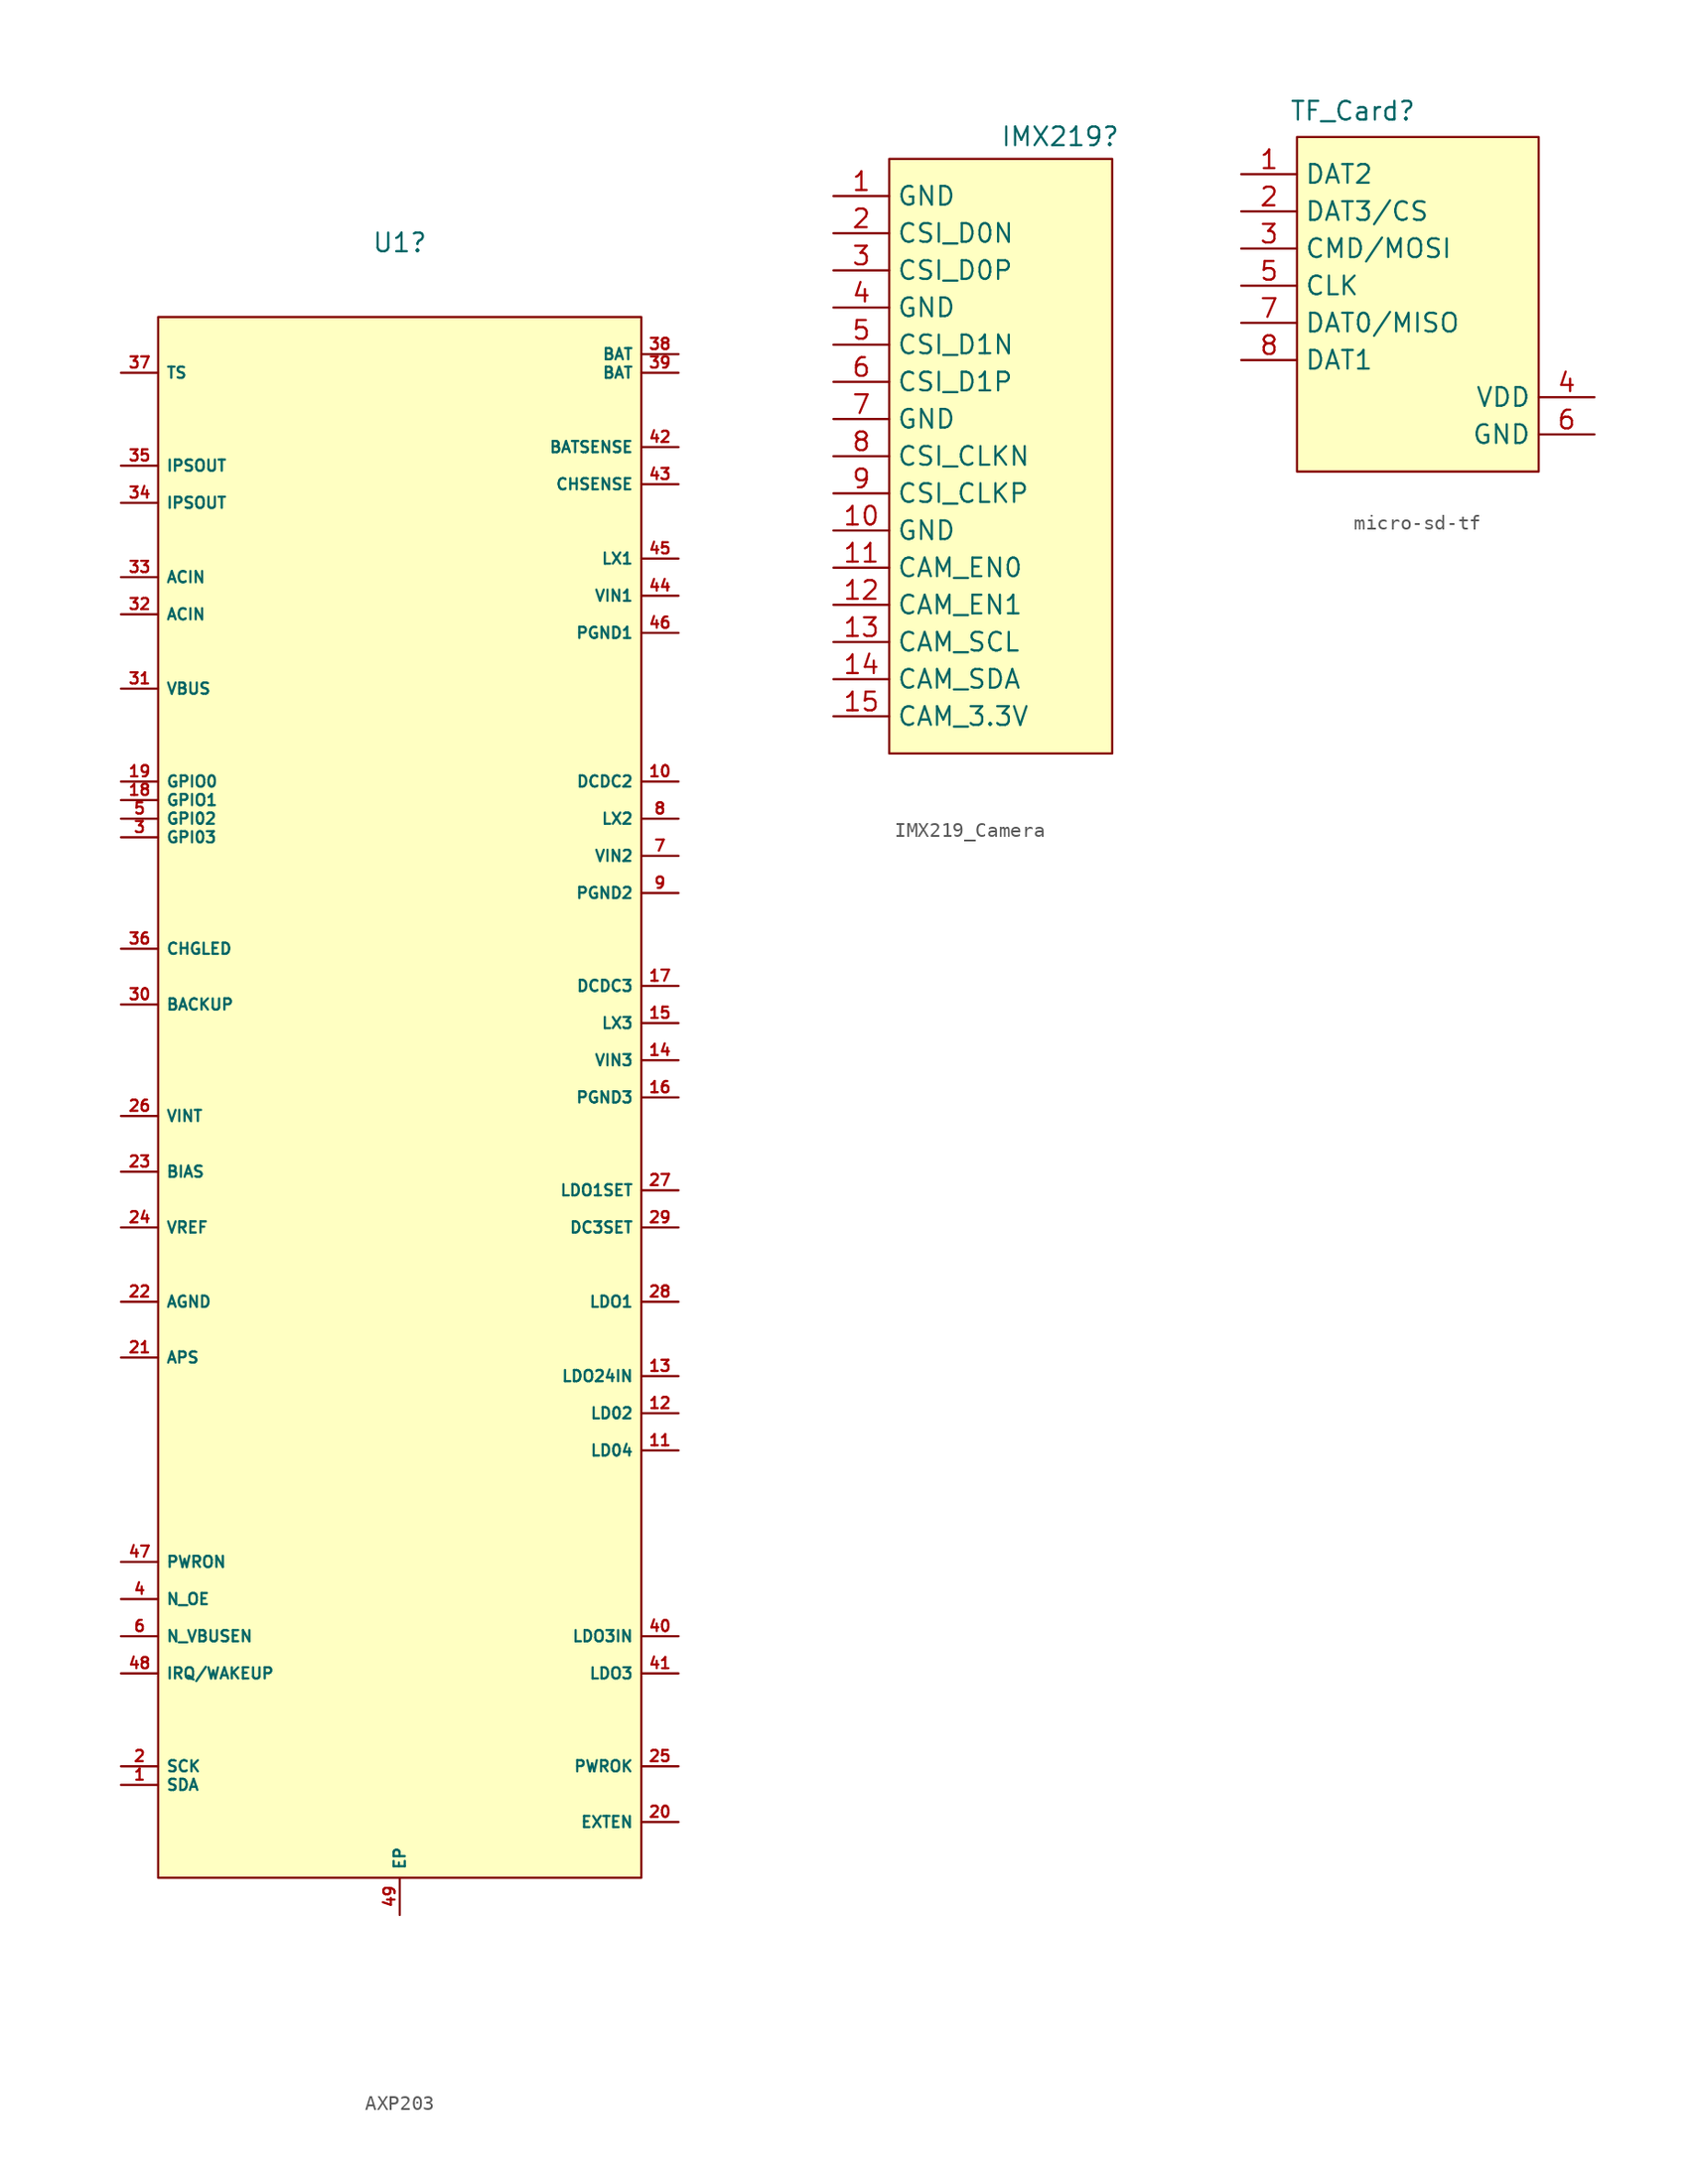
<source format=kicad_sym>
(kicad_symbol_lib
  (version 20241209)
  (generator "kicad_symbol_editor")
  (generator_version "9.0")
  (symbol "AXP203"
    (property "Reference" "U1"
      (at 0 58.42 0)
      (effects (font (size 1.27 1.27))))
    (symbol "AXP203_0_1"
      (rectangle (start -16.51 53.34) (end 16.51 -53.34) (stroke (width 0) (type default)) (fill (type color) (color 255 255 194 1))))
    (symbol "AXP203_1_1"
      (pin input line (at -19.05 49.53 0) (length 2.54) (name "TS" (effects (font (size 0.762 0.762)))) (number "37" (effects (font (size 0.762 0.762)))))
      (pin bidirectional line (at -19.05 43.18 0) (length 2.54) (name "IPSOUT" (effects (font (size 0.762 0.762)))) (number "35" (effects (font (size 0.762 0.762)))))
      (pin bidirectional line (at -19.05 40.64 0) (length 2.54) (name "IPSOUT" (effects (font (size 0.762 0.762)))) (number "34" (effects (font (size 0.762 0.762)))))
      (pin power_in line (at -19.05 35.56 0) (length 2.54) (name "ACIN" (effects (font (size 0.762 0.762)))) (number "33" (effects (font (size 0.762 0.762)))))
      (pin power_in line (at -19.05 33.02 0) (length 2.54) (name "ACIN" (effects (font (size 0.762 0.762)))) (number "32" (effects (font (size 0.762 0.762)))))
      (pin power_in line (at -19.05 27.94 0) (length 2.54) (name "VBUS" (effects (font (size 0.762 0.762)))) (number "31" (effects (font (size 0.762 0.762)))))
      (pin bidirectional line (at -19.05 21.59 0) (length 2.54) (name "GPIO0" (effects (font (size 0.762 0.762)))) (number "19" (effects (font (size 0.762 0.762)))))
      (pin bidirectional line (at -19.05 20.32 0) (length 2.54) (name "GPIO1" (effects (font (size 0.762 0.762)))) (number "18" (effects (font (size 0.762 0.762)))))
      (pin bidirectional line (at -19.05 19.05 0) (length 2.54) (name "GPI02" (effects (font (size 0.762 0.762)))) (number "5" (effects (font (size 0.762 0.762)))))
      (pin bidirectional line (at -19.05 17.78 0) (length 2.54) (name "GPI03" (effects (font (size 0.762 0.762)))) (number "3" (effects (font (size 0.762 0.762)))))
      (pin output line (at -19.05 10.16 0) (length 2.54) (name "CHGLED" (effects (font (size 0.762 0.762)))) (number "36" (effects (font (size 0.762 0.762)))))
      (pin bidirectional line (at -19.05 6.35 0) (length 2.54) (name "BACKUP" (effects (font (size 0.762 0.762)))) (number "30" (effects (font (size 0.762 0.762)))))
      (pin output line (at -19.05 -1.27 0) (length 2.54) (name "VINT" (effects (font (size 0.762 0.762)))) (number "26" (effects (font (size 0.762 0.762)))))
      (pin bidirectional line (at -19.05 -5.08 0) (length 2.54) (name "BIAS" (effects (font (size 0.762 0.762)))) (number "23" (effects (font (size 0.762 0.762)))))
      (pin output line (at -19.05 -8.89 0) (length 2.54) (name "VREF" (effects (font (size 0.762 0.762)))) (number "24" (effects (font (size 0.762 0.762)))))
      (pin input line (at -19.05 -13.97 0) (length 2.54) (name "AGND" (effects (font (size 0.762 0.762)))) (number "22" (effects (font (size 0.762 0.762)))))
      (pin power_in line (at -19.05 -17.78 0) (length 2.54) (name "APS" (effects (font (size 0.762 0.762)))) (number "21" (effects (font (size 0.762 0.762)))))
      (pin input line (at -19.05 -31.75 0) (length 2.54) (name "PWRON" (effects (font (size 0.762 0.762)))) (number "47" (effects (font (size 0.762 0.762)))))
      (pin input line (at -19.05 -34.29 0) (length 2.54) (name "N_OE" (effects (font (size 0.762 0.762)))) (number "4" (effects (font (size 0.762 0.762)))))
      (pin input line (at -19.05 -36.83 0) (length 2.54) (name "N_VBUSEN" (effects (font (size 0.762 0.762)))) (number "6" (effects (font (size 0.762 0.762)))))
      (pin bidirectional line (at -19.05 -39.37 0) (length 2.54) (name "IRQ/WAKEUP" (effects (font (size 0.762 0.762)))) (number "48" (effects (font (size 0.762 0.762)))))
      (pin input line (at -19.05 -45.72 0) (length 2.54) (name "SCK" (effects (font (size 0.762 0.762)))) (number "2" (effects (font (size 0.762 0.762)))))
      (pin bidirectional line (at -19.05 -46.99 0) (length 2.54) (name "SDA" (effects (font (size 0.762 0.762)))) (number "1" (effects (font (size 0.762 0.762)))))
      (pin input line (at 0 -55.88 90) (length 2.54) (name "EP" (effects (font (size 0.762 0.762)))) (number "49" (effects (font (size 0.762 0.762)))))
      (pin power_out line (at 19.05 50.8 180) (length 2.54) (name "BAT" (effects (font (size 0.762 0.762)))) (number "38" (effects (font (size 0.762 0.762)))))
      (pin power_out line (at 19.05 49.53 180) (length 2.54) (name "BAT" (effects (font (size 0.762 0.762)))) (number "39" (effects (font (size 0.762 0.762)))))
      (pin input line (at 19.05 44.45 180) (length 2.54) (name "BATSENSE" (effects (font (size 0.762 0.762)))) (number "42" (effects (font (size 0.762 0.762)))))
      (pin input line (at 19.05 41.91 180) (length 2.54) (name "CHSENSE" (effects (font (size 0.762 0.762)))) (number "43" (effects (font (size 0.762 0.762)))))
      (pin bidirectional line (at 19.05 36.83 180) (length 2.54) (name "LX1" (effects (font (size 0.762 0.762)))) (number "45" (effects (font (size 0.762 0.762)))))
      (pin power_in line (at 19.05 34.29 180) (length 2.54) (name "VIN1" (effects (font (size 0.762 0.762)))) (number "44" (effects (font (size 0.762 0.762)))))
      (pin power_in line (at 19.05 31.75 180) (length 2.54) (name "PGND1" (effects (font (size 0.762 0.762)))) (number "46" (effects (font (size 0.762 0.762)))))
      (pin input line (at 19.05 21.59 180) (length 2.54) (name "DCDC2" (effects (font (size 0.762 0.762)))) (number "10" (effects (font (size 0.762 0.762)))))
      (pin bidirectional line (at 19.05 19.05 180) (length 2.54) (name "LX2" (effects (font (size 0.762 0.762)))) (number "8" (effects (font (size 0.762 0.762)))))
      (pin power_in line (at 19.05 16.51 180) (length 2.54) (name "VIN2" (effects (font (size 0.762 0.762)))) (number "7" (effects (font (size 0.762 0.762)))))
      (pin power_in line (at 19.05 13.97 180) (length 2.54) (name "PGND2" (effects (font (size 0.762 0.762)))) (number "9" (effects (font (size 0.762 0.762)))))
      (pin input line (at 19.05 7.62 180) (length 2.54) (name "DCDC3" (effects (font (size 0.762 0.762)))) (number "17" (effects (font (size 0.762 0.762)))))
      (pin bidirectional line (at 19.05 5.08 180) (length 2.54) (name "LX3" (effects (font (size 0.762 0.762)))) (number "15" (effects (font (size 0.762 0.762)))))
      (pin power_in line (at 19.05 2.54 180) (length 2.54) (name "VIN3" (effects (font (size 0.762 0.762)))) (number "14" (effects (font (size 0.762 0.762)))))
      (pin power_in line (at 19.05 0 180) (length 2.54) (name "PGND3" (effects (font (size 0.762 0.762)))) (number "16" (effects (font (size 0.762 0.762)))))
      (pin input line (at 19.05 -6.35 180) (length 2.54) (name "LDO1SET" (effects (font (size 0.762 0.762)))) (number "27" (effects (font (size 0.762 0.762)))))
      (pin input line (at 19.05 -8.89 180) (length 2.54) (name "DC3SET" (effects (font (size 0.762 0.762)))) (number "29" (effects (font (size 0.762 0.762)))))
      (pin output line (at 19.05 -13.97 180) (length 2.54) (name "LDO1" (effects (font (size 0.762 0.762)))) (number "28" (effects (font (size 0.762 0.762)))))
      (pin power_in line (at 19.05 -19.05 180) (length 2.54) (name "LDO24IN" (effects (font (size 0.762 0.762)))) (number "13" (effects (font (size 0.762 0.762)))))
      (pin power_out line (at 19.05 -21.59 180) (length 2.54) (name "LD02" (effects (font (size 0.762 0.762)))) (number "12" (effects (font (size 0.762 0.762)))))
      (pin power_out line (at 19.05 -24.13 180) (length 2.54) (name "LD04" (effects (font (size 0.762 0.762)))) (number "11" (effects (font (size 0.762 0.762)))))
      (pin power_in line (at 19.05 -36.83 180) (length 2.54) (name "LDO3IN" (effects (font (size 0.762 0.762)))) (number "40" (effects (font (size 0.762 0.762)))))
      (pin power_out line (at 19.05 -39.37 180) (length 2.54) (name "LDO3" (effects (font (size 0.762 0.762)))) (number "41" (effects (font (size 0.762 0.762)))))
      (pin output line (at 19.05 -45.72 180) (length 2.54) (name "PWROK" (effects (font (size 0.762 0.762)))) (number "25" (effects (font (size 0.762 0.762)))))
      (pin output line (at 19.05 -49.53 180) (length 2.54) (name "EXTEN" (effects (font (size 0.762 0.762)))) (number "20" (effects (font (size 0.762 0.762)))))))
  (symbol "IMX219_Camera"
    (property "Reference" "IMX219"
      (at 6.604 21.844 0)
      (effects (font (size 1.27 1.27))))
    (property "Value" ""
      (at 0 0 0)
      (effects (font (size 1.27 1.27))))
    (symbol "IMX219_Camera_1_1"
      (rectangle (start -5.08 20.32) (end 10.16 -20.32) (stroke (width 0) (type solid)) (fill (type background)))
      (pin power_in line (at -8.89 17.78 0) (length 3.81) (name "GND" (effects (font (size 1.27 1.27)))) (number "1" (effects (font (size 1.27 1.27)))))
      (pin bidirectional line (at -8.89 15.24 0) (length 3.81) (name "CSI_D0N" (effects (font (size 1.27 1.27)))) (number "2" (effects (font (size 1.27 1.27)))))
      (pin bidirectional line (at -8.89 12.7 0) (length 3.81) (name "CSI_D0P" (effects (font (size 1.27 1.27)))) (number "3" (effects (font (size 1.27 1.27)))))
      (pin power_in line (at -8.89 10.16 0) (length 3.81) (name "GND" (effects (font (size 1.27 1.27)))) (number "4" (effects (font (size 1.27 1.27)))))
      (pin bidirectional line (at -8.89 7.62 0) (length 3.81) (name "CSI_D1N" (effects (font (size 1.27 1.27)))) (number "5" (effects (font (size 1.27 1.27)))))
      (pin bidirectional line (at -8.89 5.08 0) (length 3.81) (name "CSI_D1P" (effects (font (size 1.27 1.27)))) (number "6" (effects (font (size 1.27 1.27)))))
      (pin power_in line (at -8.89 2.54 0) (length 3.81) (name "GND" (effects (font (size 1.27 1.27)))) (number "7" (effects (font (size 1.27 1.27)))))
      (pin bidirectional line (at -8.89 0 0) (length 3.81) (name "CSI_CLKN" (effects (font (size 1.27 1.27)))) (number "8" (effects (font (size 1.27 1.27)))))
      (pin bidirectional line (at -8.89 -2.54 0) (length 3.81) (name "CSI_CLKP" (effects (font (size 1.27 1.27)))) (number "9" (effects (font (size 1.27 1.27)))))
      (pin power_in line (at -8.89 -5.08 0) (length 3.81) (name "GND" (effects (font (size 1.27 1.27)))) (number "10" (effects (font (size 1.27 1.27)))))
      (pin bidirectional line (at -8.89 -7.62 0) (length 3.81) (name "CAM_EN0" (effects (font (size 1.27 1.27)))) (number "11" (effects (font (size 1.27 1.27)))))
      (pin bidirectional line (at -8.89 -10.16 0) (length 3.81) (name "CAM_EN1" (effects (font (size 1.27 1.27)))) (number "12" (effects (font (size 1.27 1.27)))))
      (pin bidirectional line (at -8.89 -12.7 0) (length 3.81) (name "CAM_SCL" (effects (font (size 1.27 1.27)))) (number "13" (effects (font (size 1.27 1.27)))))
      (pin bidirectional line (at -8.89 -15.24 0) (length 3.81) (name "CAM_SDA" (effects (font (size 1.27 1.27)))) (number "14" (effects (font (size 1.27 1.27)))))
      (pin power_in line (at -8.89 -17.78 0) (length 3.81) (name "CAM_3.3V" (effects (font (size 1.27 1.27)))) (number "15" (effects (font (size 1.27 1.27)))))))
  (symbol "micro-sd-tf"
    (property "Reference" "TF_Card"
      (at -1.27 8.128 0)
      (effects (font (size 1.27 1.27))))
    (property "Value" ""
      (at 0 0 0)
      (effects (font (size 1.27 1.27))))
    (symbol "micro-sd-tf_1_1"
      (rectangle (start -5.08 6.35) (end 11.43 -16.51) (stroke (width 0) (type solid)) (fill (type background)))
      (pin bidirectional line (at -8.89 3.81 0) (length 3.81) (name "DAT2" (effects (font (size 1.27 1.27)))) (number "1" (effects (font (size 1.27 1.27)))))
      (pin bidirectional line (at -8.89 1.27 0) (length 3.81) (name "DAT3/CS" (effects (font (size 1.27 1.27)))) (number "2" (effects (font (size 1.27 1.27)))))
      (pin bidirectional line (at -8.89 -1.27 0) (length 3.81) (name "CMD/MOSI" (effects (font (size 1.27 1.27)))) (number "3" (effects (font (size 1.27 1.27)))))
      (pin bidirectional line (at -8.89 -3.81 0) (length 3.81) (name "CLK" (effects (font (size 1.27 1.27)))) (number "5" (effects (font (size 1.27 1.27)))))
      (pin bidirectional line (at -8.89 -6.35 0) (length 3.81) (name "DAT0/MISO" (effects (font (size 1.27 1.27)))) (number "7" (effects (font (size 1.27 1.27)))))
      (pin bidirectional line (at -8.89 -8.89 0) (length 3.81) (name "DAT1" (effects (font (size 1.27 1.27)))) (number "8" (effects (font (size 1.27 1.27)))))
      (pin power_in line (at 15.24 -11.43 180) (length 3.81) (name "VDD" (effects (font (size 1.27 1.27)))) (number "4" (effects (font (size 1.27 1.27)))))
      (pin power_in line (at 15.24 -13.97 180) (length 3.81) (name "GND" (effects (font (size 1.27 1.27)))) (number "6" (effects (font (size 1.27 1.27))))))))
</source>
